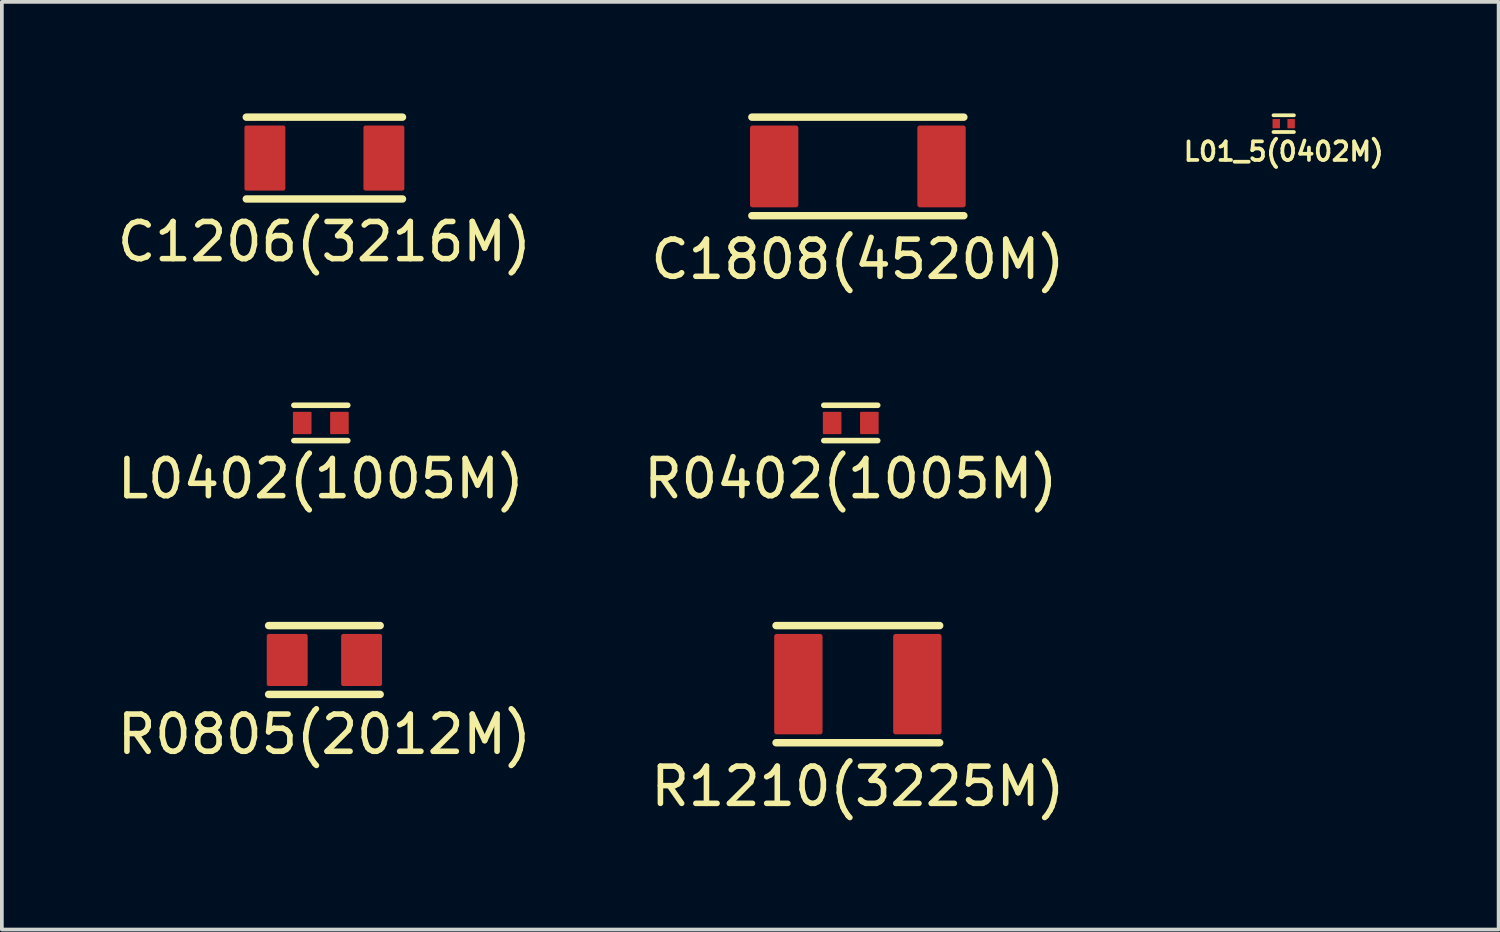
<source format=kicad_pcb>
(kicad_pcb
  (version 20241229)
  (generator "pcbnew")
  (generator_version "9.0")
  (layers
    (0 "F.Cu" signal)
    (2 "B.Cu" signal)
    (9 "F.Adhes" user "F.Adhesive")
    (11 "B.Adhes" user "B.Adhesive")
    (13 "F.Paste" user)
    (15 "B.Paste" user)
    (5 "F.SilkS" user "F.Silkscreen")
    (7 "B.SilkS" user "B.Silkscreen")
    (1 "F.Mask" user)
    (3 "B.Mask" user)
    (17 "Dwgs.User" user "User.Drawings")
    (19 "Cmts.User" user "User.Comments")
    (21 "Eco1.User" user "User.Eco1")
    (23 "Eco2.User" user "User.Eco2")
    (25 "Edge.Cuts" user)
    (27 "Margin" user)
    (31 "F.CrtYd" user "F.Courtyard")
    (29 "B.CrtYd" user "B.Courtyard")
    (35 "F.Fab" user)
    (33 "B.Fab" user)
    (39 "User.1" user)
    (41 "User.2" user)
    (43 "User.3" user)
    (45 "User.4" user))
  (footprint "C1808(4520M)"
    (layer "F.Cu")
    (at 20.018 1.425)
    (property "Reference" "C1808(4520M)" (at 0 2.5 0) (layer "F.SilkS") (effects (font (size 1 1) (thickness 0.15))))
    (attr smd)
    (fp_line (start -2.85 -1.325) (end 2.85 -1.325) (stroke (width 0.2) (type solid)) (layer "F.SilkS"))
    (fp_line (start -2.85 1.325) (end 2.85 1.325) (stroke (width 0.2) (type solid)) (layer "F.SilkS"))
    (pad "1" smd roundrect (at -2.25 0 90) (size 2.2 1.3) (layers "F.Cu" "F.Mask" "F.Paste") (roundrect_rratio 0.05))
    (pad "2" smd roundrect (at 2.25 0 90) (size 2.2 1.3) (layers "F.Cu" "F.Mask" "F.Paste") (roundrect_rratio 0.05)))
  (footprint "R0402(1005M)"
    (layer "F.Cu")
    (at 19.827 8.323)
    (property "Reference" "R0402(1005M)" (at 0 1.5 0) (layer "F.SilkS") (effects (font (size 1 1) (thickness 0.15))))
    (attr smd)
    (fp_line (start -0.725 -0.475) (end 0.725 -0.475) (stroke (width 0.15) (type solid)) (layer "F.SilkS"))
    (fp_line (start -0.725 0.475) (end 0.725 0.475) (stroke (width 0.15) (type solid)) (layer "F.SilkS"))
    (pad "1" smd roundrect (at -0.5 0 90) (size 0.6 0.5) (layers "F.Cu" "F.Mask" "F.Paste") (roundrect_rratio 0.05))
    (pad "2" smd roundrect (at 0.5 0 90) (size 0.6 0.5) (layers "F.Cu" "F.Mask" "F.Paste") (roundrect_rratio 0.05)))
  (footprint "R1210(3225M)"
    (layer "F.Cu")
    (at 20.018 15.347)
    (property "Reference" "R1210(3225M)" (at 0 2.75 0) (layer "F.SilkS") (effects (font (size 1 1) (thickness 0.15))))
    (attr smd)
    (fp_line (start -2.2 -1.575) (end 2.2 -1.575) (stroke (width 0.2) (type solid)) (layer "F.SilkS"))
    (fp_line (start -2.2 1.575) (end 2.2 1.575) (stroke (width 0.2) (type solid)) (layer "F.SilkS"))
    (pad "1" smd roundrect (at -1.6 0 90) (size 2.7 1.3) (layers "F.Cu" "F.Mask" "F.Paste") (roundrect_rratio 0.05))
    (pad "2" smd roundrect (at 1.6 0 90) (size 2.7 1.3) (layers "F.Cu" "F.Mask" "F.Paste") (roundrect_rratio 0.05)))
  (footprint "L01_5(0402M)"
    (layer "F.Cu")
    (at 31.469 0.275)
    (property "Reference" "L01_5(0402M)" (at 0 0.75 0) (layer "F.SilkS") (effects (font (size 0.5 0.5) (thickness 0.1))))
    (attr smd)
    (fp_line (start -0.275 -0.225) (end 0.275 -0.225) (stroke (width 0.1) (type solid)) (layer "F.SilkS"))
    (fp_line (start -0.275 0.225) (end 0.275 0.225) (stroke (width 0.1) (type solid)) (layer "F.SilkS"))
    (pad "1" smd roundrect (at -0.2 0 90) (size 0.25 0.2) (layers "F.Cu" "F.Mask" "F.Paste") (roundrect_rratio 0.05))
    (pad "2" smd roundrect (at 0.2 0 90) (size 0.25 0.2) (layers "F.Cu" "F.Mask" "F.Paste") (roundrect_rratio 0.05)))
  (footprint "C1206(3216M)"
    (layer "F.Cu")
    (at 5.673 1.2)
    (property "Reference" "C1206(3216M)" (at 0 2.25 0) (layer "F.SilkS") (effects (font (size 1 1) (thickness 0.15))))
    (attr smd)
    (fp_line (start -2.1 -1.1) (end 2.1 -1.1) (stroke (width 0.2) (type solid)) (layer "F.SilkS"))
    (fp_line (start -2.1 1.1) (end 2.1 1.1) (stroke (width 0.2) (type solid)) (layer "F.SilkS"))
    (pad "1" smd roundrect (at -1.6 0 90) (size 1.75 1.1) (layers "F.Cu" "F.Mask" "F.Paste") (roundrect_rratio 0.05))
    (pad "2" smd roundrect (at 1.6 0 90) (size 1.75 1.1) (layers "F.Cu" "F.Mask" "F.Paste") (roundrect_rratio 0.05)))
  (footprint "L0402(1005M)"
    (layer "F.Cu")
    (at 5.577 8.323)
    (property "Reference" "L0402(1005M)" (at 0 1.5 0) (layer "F.SilkS") (effects (font (size 1 1) (thickness 0.15))))
    (attr smd)
    (fp_line (start -0.725 -0.475) (end 0.725 -0.475) (stroke (width 0.15) (type solid)) (layer "F.SilkS"))
    (fp_line (start -0.725 0.475) (end 0.725 0.475) (stroke (width 0.15) (type solid)) (layer "F.SilkS"))
    (pad "1" smd roundrect (at -0.5 0 90) (size 0.6 0.5) (layers "F.Cu" "F.Mask" "F.Paste") (roundrect_rratio 0.05))
    (pad "2" smd roundrect (at 0.5 0 90) (size 0.6 0.5) (layers "F.Cu" "F.Mask" "F.Paste") (roundrect_rratio 0.05)))
  (footprint "R0805(2012M)"
    (layer "F.Cu")
    (at 5.673 14.697)
    (property "Reference" "R0805(2012M)" (at 0 2 0) (layer "F.SilkS") (effects (font (size 1 1) (thickness 0.15))))
    (attr smd)
    (fp_line (start -1.5 -0.925) (end 1.5 -0.925) (stroke (width 0.2) (type solid)) (layer "F.SilkS"))
    (fp_line (start -1.5 0.925) (end 1.5 0.925) (stroke (width 0.2) (type solid)) (layer "F.SilkS"))
    (pad "1" smd roundrect (at -1 0 90) (size 1.4 1.1) (layers "F.Cu" "F.Mask" "F.Paste") (roundrect_rratio 0.05))
    (pad "2" smd roundrect (at 1 0 90) (size 1.4 1.1) (layers "F.Cu" "F.Mask" "F.Paste") (roundrect_rratio 0.05)))
  (gr_rect
    (start -3 -3)
    (end 37.248 21.945)
    (stroke (width 0.1) (type default))
    (fill no)
    (layer "Edge.Cuts")))
</source>
